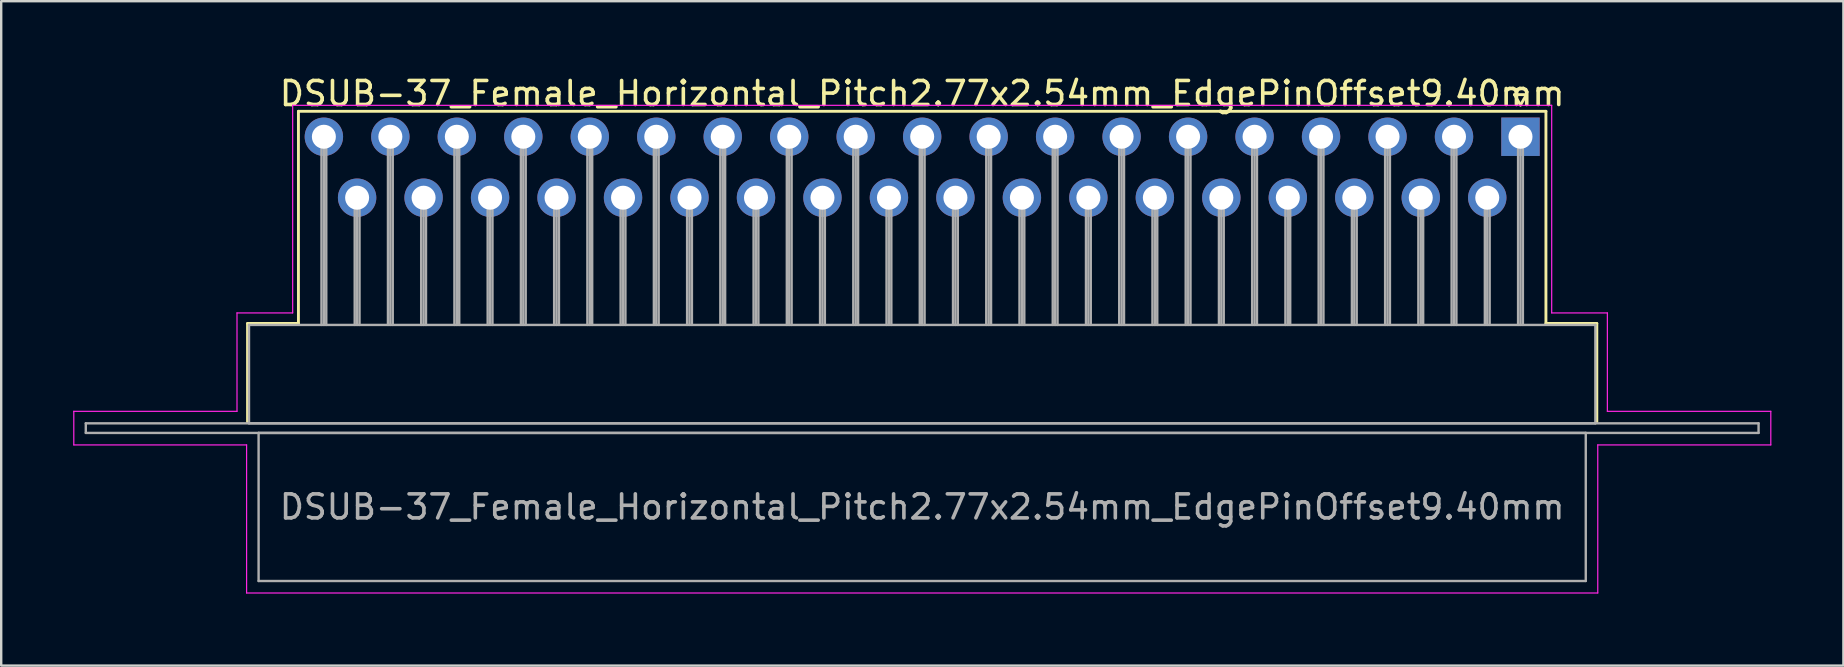
<source format=kicad_pcb>
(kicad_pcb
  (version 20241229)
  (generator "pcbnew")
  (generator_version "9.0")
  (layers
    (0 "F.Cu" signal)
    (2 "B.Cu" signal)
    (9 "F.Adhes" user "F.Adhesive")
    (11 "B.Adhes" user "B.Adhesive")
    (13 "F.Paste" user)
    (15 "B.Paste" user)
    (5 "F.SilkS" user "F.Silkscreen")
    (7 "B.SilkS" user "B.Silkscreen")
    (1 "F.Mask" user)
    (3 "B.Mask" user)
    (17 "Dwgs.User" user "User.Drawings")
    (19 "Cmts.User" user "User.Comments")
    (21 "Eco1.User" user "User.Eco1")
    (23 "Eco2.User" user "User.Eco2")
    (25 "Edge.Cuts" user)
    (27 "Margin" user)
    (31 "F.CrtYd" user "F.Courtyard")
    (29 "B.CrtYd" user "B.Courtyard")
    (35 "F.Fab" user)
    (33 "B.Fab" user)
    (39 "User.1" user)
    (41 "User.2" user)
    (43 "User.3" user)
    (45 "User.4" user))
  (footprint "DSUB-37_Female_Horizontal_Pitch2.77x2.54mm_EdgePinOffset9.40mm"
    (layer "F.Cu")
    (at 60.305 2.648)
    (property "Reference" "DSUB-37_Female_Horizontal_Pitch2.77x2.54mm_EdgePinOffset9.40mm" (at -24.93 -1.8 0) (layer "F.SilkS") (effects (font (size 1 1) (thickness 0.15))))
    (attr through_hole)
    (fp_line (start -53.04 7.78) (end -50.92 7.78) (stroke (width 0.12) (type solid)) (layer "F.SilkS"))
    (fp_line (start -53.04 11.88) (end -53.04 7.78) (stroke (width 0.12) (type solid)) (layer "F.SilkS"))
    (fp_line (start -50.92 -1.06) (end 1.06 -1.06) (stroke (width 0.12) (type solid)) (layer "F.SilkS"))
    (fp_line (start -50.92 7.78) (end -50.92 -1.06) (stroke (width 0.12) (type solid)) (layer "F.SilkS"))
    (fp_line (start -0.25 -1.754) (end 0.25 -1.754) (stroke (width 0.12) (type solid)) (layer "F.SilkS"))
    (fp_line (start 0 -1.321) (end -0.25 -1.754) (stroke (width 0.12) (type solid)) (layer "F.SilkS"))
    (fp_line (start 0.25 -1.754) (end 0 -1.321) (stroke (width 0.12) (type solid)) (layer "F.SilkS"))
    (fp_line (start 1.06 -1.06) (end 1.06 7.78) (stroke (width 0.12) (type solid)) (layer "F.SilkS"))
    (fp_line (start 1.06 7.78) (end 3.18 7.78) (stroke (width 0.12) (type solid)) (layer "F.SilkS"))
    (fp_line (start 3.18 7.78) (end 3.18 11.88) (stroke (width 0.12) (type solid)) (layer "F.SilkS"))
    (fp_line (start -60.28 11.44) (end -53.48 11.44) (stroke (width 0.05) (type solid)) (layer "F.CrtYd"))
    (fp_line (start -60.28 12.84) (end -60.28 11.44) (stroke (width 0.05) (type solid)) (layer "F.CrtYd"))
    (fp_line (start -53.48 7.34) (end -51.16 7.34) (stroke (width 0.05) (type solid)) (layer "F.CrtYd"))
    (fp_line (start -53.48 11.44) (end -53.48 7.34) (stroke (width 0.05) (type solid)) (layer "F.CrtYd"))
    (fp_line (start -53.08 12.84) (end -60.28 12.84) (stroke (width 0.05) (type solid)) (layer "F.CrtYd"))
    (fp_line (start -53.08 19.01) (end -53.08 12.84) (stroke (width 0.05) (type solid)) (layer "F.CrtYd"))
    (fp_line (start -51.16 -1.31) (end 1.3 -1.31) (stroke (width 0.05) (type solid)) (layer "F.CrtYd"))
    (fp_line (start -51.16 7.34) (end -51.16 -1.31) (stroke (width 0.05) (type solid)) (layer "F.CrtYd"))
    (fp_line (start 1.3 -1.31) (end 1.3 7.34) (stroke (width 0.05) (type solid)) (layer "F.CrtYd"))
    (fp_line (start 1.3 7.34) (end 3.62 7.34) (stroke (width 0.05) (type solid)) (layer "F.CrtYd"))
    (fp_line (start 3.22 12.84) (end 3.22 19.01) (stroke (width 0.05) (type solid)) (layer "F.CrtYd"))
    (fp_line (start 3.22 19.01) (end -53.08 19.01) (stroke (width 0.05) (type solid)) (layer "F.CrtYd"))
    (fp_line (start 3.62 7.34) (end 3.62 11.44) (stroke (width 0.05) (type solid)) (layer "F.CrtYd"))
    (fp_line (start 3.62 11.44) (end 10.43 11.44) (stroke (width 0.05) (type solid)) (layer "F.CrtYd"))
    (fp_line (start 10.43 11.44) (end 10.43 12.84) (stroke (width 0.05) (type solid)) (layer "F.CrtYd"))
    (fp_line (start 10.43 12.84) (end 3.22 12.84) (stroke (width 0.05) (type solid)) (layer "F.CrtYd"))
    (fp_line (start -59.78 11.94) (end -59.78 12.34) (stroke (width 0.1) (type solid)) (layer "F.Fab"))
    (fp_line (start -59.78 12.34) (end 9.92 12.34) (stroke (width 0.1) (type solid)) (layer "F.Fab"))
    (fp_line (start -52.98 7.84) (end -52.98 11.94) (stroke (width 0.1) (type solid)) (layer "F.Fab"))
    (fp_line (start -52.98 11.94) (end 3.12 11.94) (stroke (width 0.1) (type solid)) (layer "F.Fab"))
    (fp_line (start -52.58 12.34) (end -52.58 18.51) (stroke (width 0.1) (type solid)) (layer "F.Fab"))
    (fp_line (start -52.58 18.51) (end 2.72 18.51) (stroke (width 0.1) (type solid)) (layer "F.Fab"))
    (fp_line (start -49.96 0) (end -49.96 7.84) (stroke (width 0.1) (type solid)) (layer "F.Fab"))
    (fp_line (start -49.86 0) (end -49.86 7.84) (stroke (width 0.1) (type solid)) (layer "F.Fab"))
    (fp_line (start -49.76 0) (end -49.76 7.84) (stroke (width 0.1) (type solid)) (layer "F.Fab"))
    (fp_line (start -48.575 2.54) (end -48.575 7.84) (stroke (width 0.1) (type solid)) (layer "F.Fab"))
    (fp_line (start -48.475 2.54) (end -48.475 7.84) (stroke (width 0.1) (type solid)) (layer "F.Fab"))
    (fp_line (start -48.375 2.54) (end -48.375 7.84) (stroke (width 0.1) (type solid)) (layer "F.Fab"))
    (fp_line (start -47.19 0) (end -47.19 7.84) (stroke (width 0.1) (type solid)) (layer "F.Fab"))
    (fp_line (start -47.09 0) (end -47.09 7.84) (stroke (width 0.1) (type solid)) (layer "F.Fab"))
    (fp_line (start -46.99 0) (end -46.99 7.84) (stroke (width 0.1) (type solid)) (layer "F.Fab"))
    (fp_line (start -45.805 2.54) (end -45.805 7.84) (stroke (width 0.1) (type solid)) (layer "F.Fab"))
    (fp_line (start -45.705 2.54) (end -45.705 7.84) (stroke (width 0.1) (type solid)) (layer "F.Fab"))
    (fp_line (start -45.605 2.54) (end -45.605 7.84) (stroke (width 0.1) (type solid)) (layer "F.Fab"))
    (fp_line (start -44.42 0) (end -44.42 7.84) (stroke (width 0.1) (type solid)) (layer "F.Fab"))
    (fp_line (start -44.32 0) (end -44.32 7.84) (stroke (width 0.1) (type solid)) (layer "F.Fab"))
    (fp_line (start -44.22 0) (end -44.22 7.84) (stroke (width 0.1) (type solid)) (layer "F.Fab"))
    (fp_line (start -43.035 2.54) (end -43.035 7.84) (stroke (width 0.1) (type solid)) (layer "F.Fab"))
    (fp_line (start -42.935 2.54) (end -42.935 7.84) (stroke (width 0.1) (type solid)) (layer "F.Fab"))
    (fp_line (start -42.835 2.54) (end -42.835 7.84) (stroke (width 0.1) (type solid)) (layer "F.Fab"))
    (fp_line (start -41.65 0) (end -41.65 7.84) (stroke (width 0.1) (type solid)) (layer "F.Fab"))
    (fp_line (start -41.55 0) (end -41.55 7.84) (stroke (width 0.1) (type solid)) (layer "F.Fab"))
    (fp_line (start -41.45 0) (end -41.45 7.84) (stroke (width 0.1) (type solid)) (layer "F.Fab"))
    (fp_line (start -40.265 2.54) (end -40.265 7.84) (stroke (width 0.1) (type solid)) (layer "F.Fab"))
    (fp_line (start -40.165 2.54) (end -40.165 7.84) (stroke (width 0.1) (type solid)) (layer "F.Fab"))
    (fp_line (start -40.065 2.54) (end -40.065 7.84) (stroke (width 0.1) (type solid)) (layer "F.Fab"))
    (fp_line (start -38.88 0) (end -38.88 7.84) (stroke (width 0.1) (type solid)) (layer "F.Fab"))
    (fp_line (start -38.78 0) (end -38.78 7.84) (stroke (width 0.1) (type solid)) (layer "F.Fab"))
    (fp_line (start -38.68 0) (end -38.68 7.84) (stroke (width 0.1) (type solid)) (layer "F.Fab"))
    (fp_line (start -37.495 2.54) (end -37.495 7.84) (stroke (width 0.1) (type solid)) (layer "F.Fab"))
    (fp_line (start -37.395 2.54) (end -37.395 7.84) (stroke (width 0.1) (type solid)) (layer "F.Fab"))
    (fp_line (start -37.295 2.54) (end -37.295 7.84) (stroke (width 0.1) (type solid)) (layer "F.Fab"))
    (fp_line (start -36.11 0) (end -36.11 7.84) (stroke (width 0.1) (type solid)) (layer "F.Fab"))
    (fp_line (start -36.01 0) (end -36.01 7.84) (stroke (width 0.1) (type solid)) (layer "F.Fab"))
    (fp_line (start -35.91 0) (end -35.91 7.84) (stroke (width 0.1) (type solid)) (layer "F.Fab"))
    (fp_line (start -34.725 2.54) (end -34.725 7.84) (stroke (width 0.1) (type solid)) (layer "F.Fab"))
    (fp_line (start -34.625 2.54) (end -34.625 7.84) (stroke (width 0.1) (type solid)) (layer "F.Fab"))
    (fp_line (start -34.525 2.54) (end -34.525 7.84) (stroke (width 0.1) (type solid)) (layer "F.Fab"))
    (fp_line (start -33.34 0) (end -33.34 7.84) (stroke (width 0.1) (type solid)) (layer "F.Fab"))
    (fp_line (start -33.24 0) (end -33.24 7.84) (stroke (width 0.1) (type solid)) (layer "F.Fab"))
    (fp_line (start -33.14 0) (end -33.14 7.84) (stroke (width 0.1) (type solid)) (layer "F.Fab"))
    (fp_line (start -31.955 2.54) (end -31.955 7.84) (stroke (width 0.1) (type solid)) (layer "F.Fab"))
    (fp_line (start -31.855 2.54) (end -31.855 7.84) (stroke (width 0.1) (type solid)) (layer "F.Fab"))
    (fp_line (start -31.755 2.54) (end -31.755 7.84) (stroke (width 0.1) (type solid)) (layer "F.Fab"))
    (fp_line (start -30.57 0) (end -30.57 7.84) (stroke (width 0.1) (type solid)) (layer "F.Fab"))
    (fp_line (start -30.47 0) (end -30.47 7.84) (stroke (width 0.1) (type solid)) (layer "F.Fab"))
    (fp_line (start -30.37 0) (end -30.37 7.84) (stroke (width 0.1) (type solid)) (layer "F.Fab"))
    (fp_line (start -29.185 2.54) (end -29.185 7.84) (stroke (width 0.1) (type solid)) (layer "F.Fab"))
    (fp_line (start -29.085 2.54) (end -29.085 7.84) (stroke (width 0.1) (type solid)) (layer "F.Fab"))
    (fp_line (start -28.985 2.54) (end -28.985 7.84) (stroke (width 0.1) (type solid)) (layer "F.Fab"))
    (fp_line (start -27.8 0) (end -27.8 7.84) (stroke (width 0.1) (type solid)) (layer "F.Fab"))
    (fp_line (start -27.7 0) (end -27.7 7.84) (stroke (width 0.1) (type solid)) (layer "F.Fab"))
    (fp_line (start -27.6 0) (end -27.6 7.84) (stroke (width 0.1) (type solid)) (layer "F.Fab"))
    (fp_line (start -26.415 2.54) (end -26.415 7.84) (stroke (width 0.1) (type solid)) (layer "F.Fab"))
    (fp_line (start -26.315 2.54) (end -26.315 7.84) (stroke (width 0.1) (type solid)) (layer "F.Fab"))
    (fp_line (start -26.215 2.54) (end -26.215 7.84) (stroke (width 0.1) (type solid)) (layer "F.Fab"))
    (fp_line (start -25.03 0) (end -25.03 7.84) (stroke (width 0.1) (type solid)) (layer "F.Fab"))
    (fp_line (start -24.93 0) (end -24.93 7.84) (stroke (width 0.1) (type solid)) (layer "F.Fab"))
    (fp_line (start -24.83 0) (end -24.83 7.84) (stroke (width 0.1) (type solid)) (layer "F.Fab"))
    (fp_line (start -23.645 2.54) (end -23.645 7.84) (stroke (width 0.1) (type solid)) (layer "F.Fab"))
    (fp_line (start -23.545 2.54) (end -23.545 7.84) (stroke (width 0.1) (type solid)) (layer "F.Fab"))
    (fp_line (start -23.445 2.54) (end -23.445 7.84) (stroke (width 0.1) (type solid)) (layer "F.Fab"))
    (fp_line (start -22.26 0) (end -22.26 7.84) (stroke (width 0.1) (type solid)) (layer "F.Fab"))
    (fp_line (start -22.16 0) (end -22.16 7.84) (stroke (width 0.1) (type solid)) (layer "F.Fab"))
    (fp_line (start -22.06 0) (end -22.06 7.84) (stroke (width 0.1) (type solid)) (layer "F.Fab"))
    (fp_line (start -20.875 2.54) (end -20.875 7.84) (stroke (width 0.1) (type solid)) (layer "F.Fab"))
    (fp_line (start -20.775 2.54) (end -20.775 7.84) (stroke (width 0.1) (type solid)) (layer "F.Fab"))
    (fp_line (start -20.675 2.54) (end -20.675 7.84) (stroke (width 0.1) (type solid)) (layer "F.Fab"))
    (fp_line (start -19.49 0) (end -19.49 7.84) (stroke (width 0.1) (type solid)) (layer "F.Fab"))
    (fp_line (start -19.39 0) (end -19.39 7.84) (stroke (width 0.1) (type solid)) (layer "F.Fab"))
    (fp_line (start -19.29 0) (end -19.29 7.84) (stroke (width 0.1) (type solid)) (layer "F.Fab"))
    (fp_line (start -18.105 2.54) (end -18.105 7.84) (stroke (width 0.1) (type solid)) (layer "F.Fab"))
    (fp_line (start -18.005 2.54) (end -18.005 7.84) (stroke (width 0.1) (type solid)) (layer "F.Fab"))
    (fp_line (start -17.905 2.54) (end -17.905 7.84) (stroke (width 0.1) (type solid)) (layer "F.Fab"))
    (fp_line (start -16.72 0) (end -16.72 7.84) (stroke (width 0.1) (type solid)) (layer "F.Fab"))
    (fp_line (start -16.62 0) (end -16.62 7.84) (stroke (width 0.1) (type solid)) (layer "F.Fab"))
    (fp_line (start -16.52 0) (end -16.52 7.84) (stroke (width 0.1) (type solid)) (layer "F.Fab"))
    (fp_line (start -15.335 2.54) (end -15.335 7.84) (stroke (width 0.1) (type solid)) (layer "F.Fab"))
    (fp_line (start -15.235 2.54) (end -15.235 7.84) (stroke (width 0.1) (type solid)) (layer "F.Fab"))
    (fp_line (start -15.135 2.54) (end -15.135 7.84) (stroke (width 0.1) (type solid)) (layer "F.Fab"))
    (fp_line (start -13.95 0) (end -13.95 7.84) (stroke (width 0.1) (type solid)) (layer "F.Fab"))
    (fp_line (start -13.85 0) (end -13.85 7.84) (stroke (width 0.1) (type solid)) (layer "F.Fab"))
    (fp_line (start -13.75 0) (end -13.75 7.84) (stroke (width 0.1) (type solid)) (layer "F.Fab"))
    (fp_line (start -12.565 2.54) (end -12.565 7.84) (stroke (width 0.1) (type solid)) (layer "F.Fab"))
    (fp_line (start -12.465 2.54) (end -12.465 7.84) (stroke (width 0.1) (type solid)) (layer "F.Fab"))
    (fp_line (start -12.365 2.54) (end -12.365 7.84) (stroke (width 0.1) (type solid)) (layer "F.Fab"))
    (fp_line (start -11.18 0) (end -11.18 7.84) (stroke (width 0.1) (type solid)) (layer "F.Fab"))
    (fp_line (start -11.08 0) (end -11.08 7.84) (stroke (width 0.1) (type solid)) (layer "F.Fab"))
    (fp_line (start -10.98 0) (end -10.98 7.84) (stroke (width 0.1) (type solid)) (layer "F.Fab"))
    (fp_line (start -9.795 2.54) (end -9.795 7.84) (stroke (width 0.1) (type solid)) (layer "F.Fab"))
    (fp_line (start -9.695 2.54) (end -9.695 7.84) (stroke (width 0.1) (type solid)) (layer "F.Fab"))
    (fp_line (start -9.595 2.54) (end -9.595 7.84) (stroke (width 0.1) (type solid)) (layer "F.Fab"))
    (fp_line (start -8.41 0) (end -8.41 7.84) (stroke (width 0.1) (type solid)) (layer "F.Fab"))
    (fp_line (start -8.31 0) (end -8.31 7.84) (stroke (width 0.1) (type solid)) (layer "F.Fab"))
    (fp_line (start -8.21 0) (end -8.21 7.84) (stroke (width 0.1) (type solid)) (layer "F.Fab"))
    (fp_line (start -7.025 2.54) (end -7.025 7.84) (stroke (width 0.1) (type solid)) (layer "F.Fab"))
    (fp_line (start -6.925 2.54) (end -6.925 7.84) (stroke (width 0.1) (type solid)) (layer "F.Fab"))
    (fp_line (start -6.825 2.54) (end -6.825 7.84) (stroke (width 0.1) (type solid)) (layer "F.Fab"))
    (fp_line (start -5.64 0) (end -5.64 7.84) (stroke (width 0.1) (type solid)) (layer "F.Fab"))
    (fp_line (start -5.54 0) (end -5.54 7.84) (stroke (width 0.1) (type solid)) (layer "F.Fab"))
    (fp_line (start -5.44 0) (end -5.44 7.84) (stroke (width 0.1) (type solid)) (layer "F.Fab"))
    (fp_line (start -4.255 2.54) (end -4.255 7.84) (stroke (width 0.1) (type solid)) (layer "F.Fab"))
    (fp_line (start -4.155 2.54) (end -4.155 7.84) (stroke (width 0.1) (type solid)) (layer "F.Fab"))
    (fp_line (start -4.055 2.54) (end -4.055 7.84) (stroke (width 0.1) (type solid)) (layer "F.Fab"))
    (fp_line (start -2.87 0) (end -2.87 7.84) (stroke (width 0.1) (type solid)) (layer "F.Fab"))
    (fp_line (start -2.77 0) (end -2.77 7.84) (stroke (width 0.1) (type solid)) (layer "F.Fab"))
    (fp_line (start -2.67 0) (end -2.67 7.84) (stroke (width 0.1) (type solid)) (layer "F.Fab"))
    (fp_line (start -1.485 2.54) (end -1.485 7.84) (stroke (width 0.1) (type solid)) (layer "F.Fab"))
    (fp_line (start -1.385 2.54) (end -1.385 7.84) (stroke (width 0.1) (type solid)) (layer "F.Fab"))
    (fp_line (start -1.285 2.54) (end -1.285 7.84) (stroke (width 0.1) (type solid)) (layer "F.Fab"))
    (fp_line (start -0.1 0) (end -0.1 7.84) (stroke (width 0.1) (type solid)) (layer "F.Fab"))
    (fp_line (start 0 0) (end 0 7.84) (stroke (width 0.1) (type solid)) (layer "F.Fab"))
    (fp_line (start 0.1 0) (end 0.1 7.84) (stroke (width 0.1) (type solid)) (layer "F.Fab"))
    (fp_line (start 2.72 12.34) (end -52.58 12.34) (stroke (width 0.1) (type solid)) (layer "F.Fab"))
    (fp_line (start 2.72 18.51) (end 2.72 12.34) (stroke (width 0.1) (type solid)) (layer "F.Fab"))
    (fp_line (start 3.12 7.84) (end -52.98 7.84) (stroke (width 0.1) (type solid)) (layer "F.Fab"))
    (fp_line (start 3.12 11.94) (end 3.12 7.84) (stroke (width 0.1) (type solid)) (layer "F.Fab"))
    (fp_line (start 9.92 11.94) (end -59.78 11.94) (stroke (width 0.1) (type solid)) (layer "F.Fab"))
    (fp_line (start 9.92 12.34) (end 9.92 11.94) (stroke (width 0.1) (type solid)) (layer "F.Fab"))
    (fp_text user "${REFERENCE}" (at -24.93 15.425 0) (layer "F.Fab") (effects (font (size 1 1) (thickness 0.15))))
    (pad "1" thru_hole rect (at 0 0) (size 1.6 1.6) (drill 1) (layers "*.Cu" "*.Mask"))
    (pad "2" thru_hole circle (at -2.77 0) (size 1.6 1.6) (drill 1) (layers "*.Cu" "*.Mask"))
    (pad "3" thru_hole circle (at -5.54 0) (size 1.6 1.6) (drill 1) (layers "*.Cu" "*.Mask"))
    (pad "4" thru_hole circle (at -8.31 0) (size 1.6 1.6) (drill 1) (layers "*.Cu" "*.Mask"))
    (pad "5" thru_hole circle (at -11.08 0) (size 1.6 1.6) (drill 1) (layers "*.Cu" "*.Mask"))
    (pad "6" thru_hole circle (at -13.85 0) (size 1.6 1.6) (drill 1) (layers "*.Cu" "*.Mask"))
    (pad "7" thru_hole circle (at -16.62 0) (size 1.6 1.6) (drill 1) (layers "*.Cu" "*.Mask"))
    (pad "8" thru_hole circle (at -19.39 0) (size 1.6 1.6) (drill 1) (layers "*.Cu" "*.Mask"))
    (pad "9" thru_hole circle (at -22.16 0) (size 1.6 1.6) (drill 1) (layers "*.Cu" "*.Mask"))
    (pad "10" thru_hole circle (at -24.93 0) (size 1.6 1.6) (drill 1) (layers "*.Cu" "*.Mask"))
    (pad "11" thru_hole circle (at -27.7 0) (size 1.6 1.6) (drill 1) (layers "*.Cu" "*.Mask"))
    (pad "12" thru_hole circle (at -30.47 0) (size 1.6 1.6) (drill 1) (layers "*.Cu" "*.Mask"))
    (pad "13" thru_hole circle (at -33.24 0) (size 1.6 1.6) (drill 1) (layers "*.Cu" "*.Mask"))
    (pad "14" thru_hole circle (at -36.01 0) (size 1.6 1.6) (drill 1) (layers "*.Cu" "*.Mask"))
    (pad "15" thru_hole circle (at -38.78 0) (size 1.6 1.6) (drill 1) (layers "*.Cu" "*.Mask"))
    (pad "16" thru_hole circle (at -41.55 0) (size 1.6 1.6) (drill 1) (layers "*.Cu" "*.Mask"))
    (pad "17" thru_hole circle (at -44.32 0) (size 1.6 1.6) (drill 1) (layers "*.Cu" "*.Mask"))
    (pad "18" thru_hole circle (at -47.09 0) (size 1.6 1.6) (drill 1) (layers "*.Cu" "*.Mask"))
    (pad "19" thru_hole circle (at -49.86 0) (size 1.6 1.6) (drill 1) (layers "*.Cu" "*.Mask"))
    (pad "20" thru_hole circle (at -1.385 2.54) (size 1.6 1.6) (drill 1) (layers "*.Cu" "*.Mask"))
    (pad "21" thru_hole circle (at -4.155 2.54) (size 1.6 1.6) (drill 1) (layers "*.Cu" "*.Mask"))
    (pad "22" thru_hole circle (at -6.925 2.54) (size 1.6 1.6) (drill 1) (layers "*.Cu" "*.Mask"))
    (pad "23" thru_hole circle (at -9.695 2.54) (size 1.6 1.6) (drill 1) (layers "*.Cu" "*.Mask"))
    (pad "24" thru_hole circle (at -12.465 2.54) (size 1.6 1.6) (drill 1) (layers "*.Cu" "*.Mask"))
    (pad "25" thru_hole circle (at -15.235 2.54) (size 1.6 1.6) (drill 1) (layers "*.Cu" "*.Mask"))
    (pad "26" thru_hole circle (at -18.005 2.54) (size 1.6 1.6) (drill 1) (layers "*.Cu" "*.Mask"))
    (pad "27" thru_hole circle (at -20.775 2.54) (size 1.6 1.6) (drill 1) (layers "*.Cu" "*.Mask"))
    (pad "28" thru_hole circle (at -23.545 2.54) (size 1.6 1.6) (drill 1) (layers "*.Cu" "*.Mask"))
    (pad "29" thru_hole circle (at -26.315 2.54) (size 1.6 1.6) (drill 1) (layers "*.Cu" "*.Mask"))
    (pad "30" thru_hole circle (at -29.085 2.54) (size 1.6 1.6) (drill 1) (layers "*.Cu" "*.Mask"))
    (pad "31" thru_hole circle (at -31.855 2.54) (size 1.6 1.6) (drill 1) (layers "*.Cu" "*.Mask"))
    (pad "32" thru_hole circle (at -34.625 2.54) (size 1.6 1.6) (drill 1) (layers "*.Cu" "*.Mask"))
    (pad "33" thru_hole circle (at -37.395 2.54) (size 1.6 1.6) (drill 1) (layers "*.Cu" "*.Mask"))
    (pad "34" thru_hole circle (at -40.165 2.54) (size 1.6 1.6) (drill 1) (layers "*.Cu" "*.Mask"))
    (pad "35" thru_hole circle (at -42.935 2.54) (size 1.6 1.6) (drill 1) (layers "*.Cu" "*.Mask"))
    (pad "36" thru_hole circle (at -45.705 2.54) (size 1.6 1.6) (drill 1) (layers "*.Cu" "*.Mask"))
    (pad "37" thru_hole circle (at -48.475 2.54) (size 1.6 1.6) (drill 1) (layers "*.Cu" "*.Mask")))
  (gr_rect
    (start -3 -3)
    (end 73.76 24.683)
    (stroke (width 0.1) (type default))
    (fill no)
    (layer "Edge.Cuts")))
</source>
